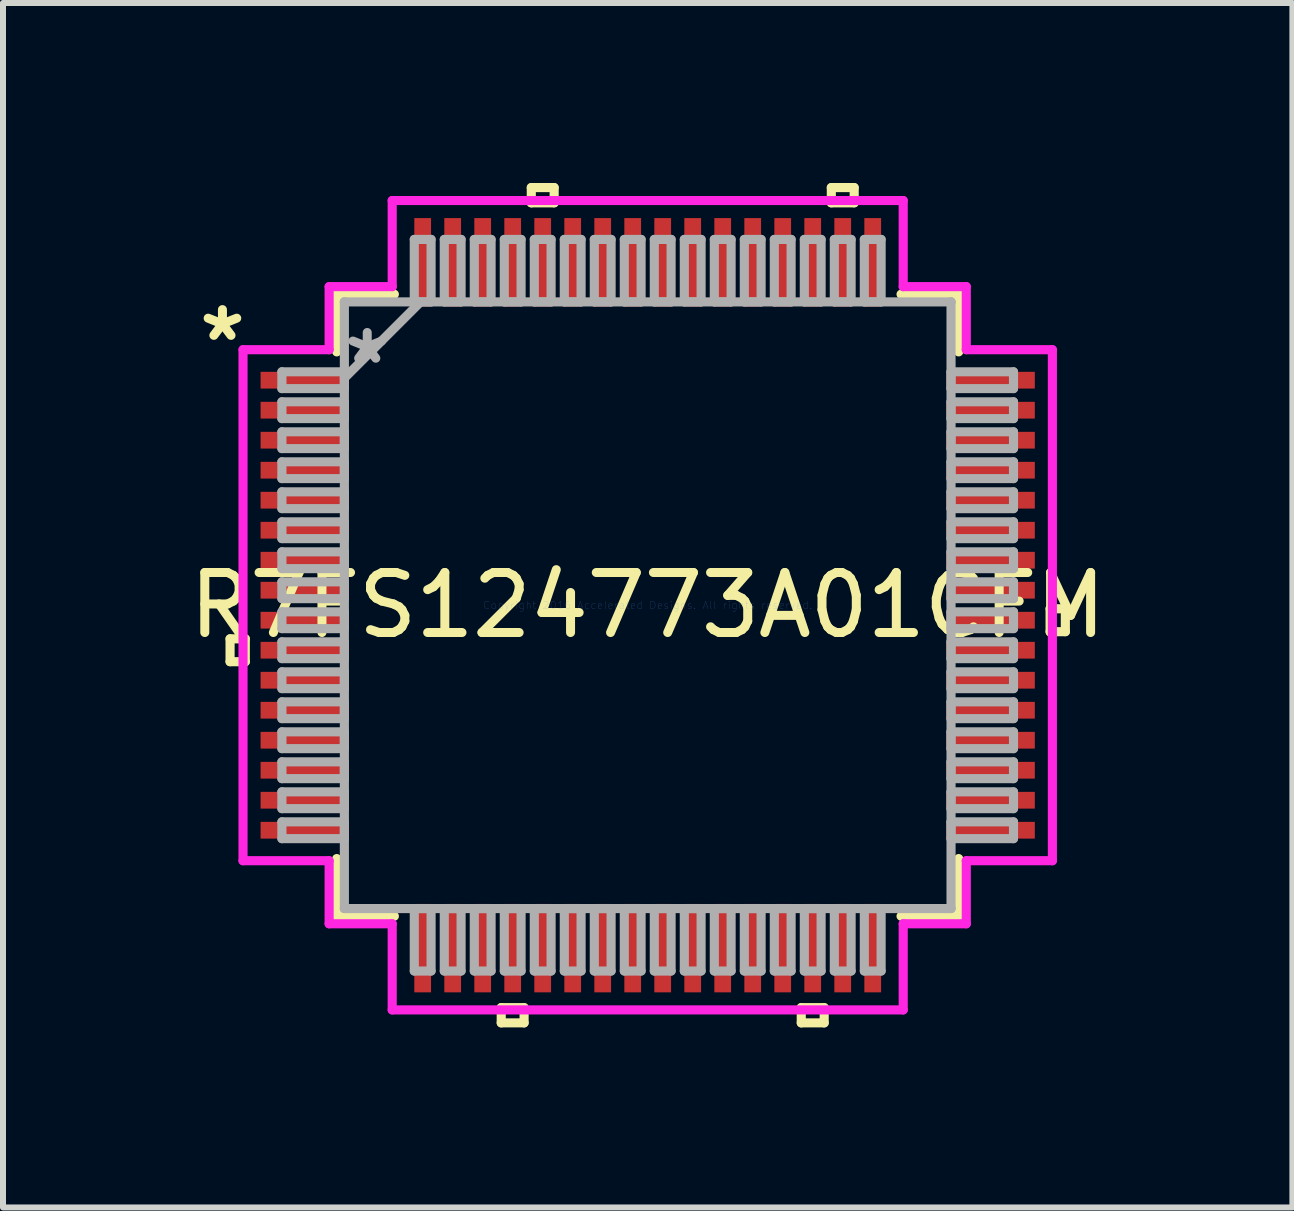
<source format=kicad_pcb>
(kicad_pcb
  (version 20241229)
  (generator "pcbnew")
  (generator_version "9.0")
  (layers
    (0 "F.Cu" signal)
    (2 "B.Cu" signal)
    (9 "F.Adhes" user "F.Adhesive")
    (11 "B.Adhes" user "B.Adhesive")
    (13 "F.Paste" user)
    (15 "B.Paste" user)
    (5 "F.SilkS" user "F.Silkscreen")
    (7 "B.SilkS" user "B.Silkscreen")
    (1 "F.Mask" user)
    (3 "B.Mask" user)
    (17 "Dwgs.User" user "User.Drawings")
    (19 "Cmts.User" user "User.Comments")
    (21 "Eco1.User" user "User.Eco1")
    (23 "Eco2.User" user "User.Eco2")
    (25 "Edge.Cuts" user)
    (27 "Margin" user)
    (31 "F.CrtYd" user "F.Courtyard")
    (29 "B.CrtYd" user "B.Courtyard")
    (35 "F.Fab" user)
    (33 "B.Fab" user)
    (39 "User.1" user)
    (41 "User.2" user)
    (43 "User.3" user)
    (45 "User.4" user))
  (footprint "R7FS124773A01CFM"
    (layer "F.Cu")
    (at 7.744 7.036)
    (property "Reference" "R7FS124773A01CFM" (at 0 0 0) (layer "F.SilkS") (effects (font (size 1 1) (thickness 0.15))))
    (attr through_hole)
    (fp_line (start -6.96 0.56) (end -6.96 0.941) (stroke (width 0.152) (type solid)) (layer "F.SilkS"))
    (fp_line (start -6.96 0.941) (end -6.706 0.941) (stroke (width 0.152) (type solid)) (layer "F.SilkS"))
    (fp_line (start -6.706 0.56) (end -6.96 0.56) (stroke (width 0.152) (type solid)) (layer "F.SilkS"))
    (fp_line (start -6.706 0.941) (end -6.706 0.56) (stroke (width 0.152) (type solid)) (layer "F.SilkS"))
    (fp_line (start -5.182 -5.182) (end -5.182 -4.222) (stroke (width 0.152) (type solid)) (layer "F.SilkS"))
    (fp_line (start -5.182 4.222) (end -5.182 5.182) (stroke (width 0.152) (type solid)) (layer "F.SilkS"))
    (fp_line (start -5.182 5.182) (end -4.222 5.182) (stroke (width 0.152) (type solid)) (layer "F.SilkS"))
    (fp_line (start -4.222 -5.182) (end -5.182 -5.182) (stroke (width 0.152) (type solid)) (layer "F.SilkS"))
    (fp_line (start -2.441 6.706) (end -2.441 6.96) (stroke (width 0.152) (type solid)) (layer "F.SilkS"))
    (fp_line (start -2.441 6.96) (end -2.06 6.96) (stroke (width 0.152) (type solid)) (layer "F.SilkS"))
    (fp_line (start -2.06 6.706) (end -2.441 6.706) (stroke (width 0.152) (type solid)) (layer "F.SilkS"))
    (fp_line (start -2.06 6.96) (end -2.06 6.706) (stroke (width 0.152) (type solid)) (layer "F.SilkS"))
    (fp_line (start -1.94 -6.96) (end -1.559 -6.96) (stroke (width 0.152) (type solid)) (layer "F.SilkS"))
    (fp_line (start -1.94 -6.706) (end -1.94 -6.96) (stroke (width 0.152) (type solid)) (layer "F.SilkS"))
    (fp_line (start -1.559 -6.96) (end -1.559 -6.706) (stroke (width 0.152) (type solid)) (layer "F.SilkS"))
    (fp_line (start -1.559 -6.706) (end -1.94 -6.706) (stroke (width 0.152) (type solid)) (layer "F.SilkS"))
    (fp_line (start 2.559 6.706) (end 2.559 6.96) (stroke (width 0.152) (type solid)) (layer "F.SilkS"))
    (fp_line (start 2.559 6.96) (end 2.941 6.96) (stroke (width 0.152) (type solid)) (layer "F.SilkS"))
    (fp_line (start 2.941 6.706) (end 2.559 6.706) (stroke (width 0.152) (type solid)) (layer "F.SilkS"))
    (fp_line (start 2.941 6.96) (end 2.941 6.706) (stroke (width 0.152) (type solid)) (layer "F.SilkS"))
    (fp_line (start 3.06 -6.96) (end 3.441 -6.96) (stroke (width 0.152) (type solid)) (layer "F.SilkS"))
    (fp_line (start 3.06 -6.706) (end 3.06 -6.96) (stroke (width 0.152) (type solid)) (layer "F.SilkS"))
    (fp_line (start 3.441 -6.96) (end 3.441 -6.706) (stroke (width 0.152) (type solid)) (layer "F.SilkS"))
    (fp_line (start 3.441 -6.706) (end 3.06 -6.706) (stroke (width 0.152) (type solid)) (layer "F.SilkS"))
    (fp_line (start 4.222 5.182) (end 5.182 5.182) (stroke (width 0.152) (type solid)) (layer "F.SilkS"))
    (fp_line (start 5.182 -5.182) (end 4.222 -5.182) (stroke (width 0.152) (type solid)) (layer "F.SilkS"))
    (fp_line (start 5.182 -4.222) (end 5.182 -5.182) (stroke (width 0.152) (type solid)) (layer "F.SilkS"))
    (fp_line (start 5.182 5.182) (end 5.182 4.222) (stroke (width 0.152) (type solid)) (layer "F.SilkS"))
    (fp_line (start 6.706 0.059) (end 6.96 0.059) (stroke (width 0.152) (type solid)) (layer "F.SilkS"))
    (fp_line (start 6.706 0.441) (end 6.706 0.059) (stroke (width 0.152) (type solid)) (layer "F.SilkS"))
    (fp_line (start 6.96 0.059) (end 6.96 0.441) (stroke (width 0.152) (type solid)) (layer "F.SilkS"))
    (fp_line (start 6.96 0.441) (end 6.706 0.441) (stroke (width 0.152) (type solid)) (layer "F.SilkS"))
    (fp_line (start -6.744 -4.258) (end -5.309 -4.258) (stroke (width 0.152) (type solid)) (layer "F.CrtYd"))
    (fp_line (start -6.744 4.258) (end -6.744 -4.258) (stroke (width 0.152) (type solid)) (layer "F.CrtYd"))
    (fp_line (start -5.309 -5.309) (end -4.258 -5.309) (stroke (width 0.152) (type solid)) (layer "F.CrtYd"))
    (fp_line (start -5.309 -4.258) (end -5.309 -5.309) (stroke (width 0.152) (type solid)) (layer "F.CrtYd"))
    (fp_line (start -5.309 4.258) (end -6.744 4.258) (stroke (width 0.152) (type solid)) (layer "F.CrtYd"))
    (fp_line (start -5.309 5.309) (end -5.309 4.258) (stroke (width 0.152) (type solid)) (layer "F.CrtYd"))
    (fp_line (start -4.258 -6.744) (end 4.258 -6.744) (stroke (width 0.152) (type solid)) (layer "F.CrtYd"))
    (fp_line (start -4.258 -5.309) (end -4.258 -6.744) (stroke (width 0.152) (type solid)) (layer "F.CrtYd"))
    (fp_line (start -4.258 5.309) (end -5.309 5.309) (stroke (width 0.152) (type solid)) (layer "F.CrtYd"))
    (fp_line (start -4.258 6.744) (end -4.258 5.309) (stroke (width 0.152) (type solid)) (layer "F.CrtYd"))
    (fp_line (start 4.258 -6.744) (end 4.258 -5.309) (stroke (width 0.152) (type solid)) (layer "F.CrtYd"))
    (fp_line (start 4.258 -5.309) (end 5.309 -5.309) (stroke (width 0.152) (type solid)) (layer "F.CrtYd"))
    (fp_line (start 4.258 5.309) (end 4.258 6.744) (stroke (width 0.152) (type solid)) (layer "F.CrtYd"))
    (fp_line (start 4.258 6.744) (end -4.258 6.744) (stroke (width 0.152) (type solid)) (layer "F.CrtYd"))
    (fp_line (start 5.309 -5.309) (end 5.309 -4.258) (stroke (width 0.152) (type solid)) (layer "F.CrtYd"))
    (fp_line (start 5.309 -4.258) (end 6.744 -4.258) (stroke (width 0.152) (type solid)) (layer "F.CrtYd"))
    (fp_line (start 5.309 4.258) (end 5.309 5.309) (stroke (width 0.152) (type solid)) (layer "F.CrtYd"))
    (fp_line (start 5.309 5.309) (end 4.258 5.309) (stroke (width 0.152) (type solid)) (layer "F.CrtYd"))
    (fp_line (start 6.744 -4.258) (end 6.744 4.258) (stroke (width 0.152) (type solid)) (layer "F.CrtYd"))
    (fp_line (start 6.744 4.258) (end 5.309 4.258) (stroke (width 0.152) (type solid)) (layer "F.CrtYd"))
    (fp_line (start -6.096 -3.89) (end -6.096 -3.61) (stroke (width 0.152) (type solid)) (layer "F.Fab"))
    (fp_line (start -6.096 -3.61) (end -5.055 -3.61) (stroke (width 0.152) (type solid)) (layer "F.Fab"))
    (fp_line (start -6.096 -3.39) (end -6.096 -3.11) (stroke (width 0.152) (type solid)) (layer "F.Fab"))
    (fp_line (start -6.096 -3.11) (end -5.055 -3.11) (stroke (width 0.152) (type solid)) (layer "F.Fab"))
    (fp_line (start -6.096 -2.89) (end -6.096 -2.61) (stroke (width 0.152) (type solid)) (layer "F.Fab"))
    (fp_line (start -6.096 -2.61) (end -5.055 -2.61) (stroke (width 0.152) (type solid)) (layer "F.Fab"))
    (fp_line (start -6.096 -2.39) (end -6.096 -2.11) (stroke (width 0.152) (type solid)) (layer "F.Fab"))
    (fp_line (start -6.096 -2.11) (end -5.055 -2.11) (stroke (width 0.152) (type solid)) (layer "F.Fab"))
    (fp_line (start -6.096 -1.89) (end -6.096 -1.61) (stroke (width 0.152) (type solid)) (layer "F.Fab"))
    (fp_line (start -6.096 -1.61) (end -5.055 -1.61) (stroke (width 0.152) (type solid)) (layer "F.Fab"))
    (fp_line (start -6.096 -1.39) (end -6.096 -1.11) (stroke (width 0.152) (type solid)) (layer "F.Fab"))
    (fp_line (start -6.096 -1.11) (end -5.055 -1.11) (stroke (width 0.152) (type solid)) (layer "F.Fab"))
    (fp_line (start -6.096 -0.89) (end -6.096 -0.61) (stroke (width 0.152) (type solid)) (layer "F.Fab"))
    (fp_line (start -6.096 -0.61) (end -5.055 -0.61) (stroke (width 0.152) (type solid)) (layer "F.Fab"))
    (fp_line (start -6.096 -0.39) (end -6.096 -0.11) (stroke (width 0.152) (type solid)) (layer "F.Fab"))
    (fp_line (start -6.096 -0.11) (end -5.055 -0.11) (stroke (width 0.152) (type solid)) (layer "F.Fab"))
    (fp_line (start -6.096 0.11) (end -6.096 0.39) (stroke (width 0.152) (type solid)) (layer "F.Fab"))
    (fp_line (start -6.096 0.39) (end -5.055 0.39) (stroke (width 0.152) (type solid)) (layer "F.Fab"))
    (fp_line (start -6.096 0.61) (end -6.096 0.89) (stroke (width 0.152) (type solid)) (layer "F.Fab"))
    (fp_line (start -6.096 0.89) (end -5.055 0.89) (stroke (width 0.152) (type solid)) (layer "F.Fab"))
    (fp_line (start -6.096 1.11) (end -6.096 1.39) (stroke (width 0.152) (type solid)) (layer "F.Fab"))
    (fp_line (start -6.096 1.39) (end -5.055 1.39) (stroke (width 0.152) (type solid)) (layer "F.Fab"))
    (fp_line (start -6.096 1.61) (end -6.096 1.89) (stroke (width 0.152) (type solid)) (layer "F.Fab"))
    (fp_line (start -6.096 1.89) (end -5.055 1.89) (stroke (width 0.152) (type solid)) (layer "F.Fab"))
    (fp_line (start -6.096 2.11) (end -6.096 2.39) (stroke (width 0.152) (type solid)) (layer "F.Fab"))
    (fp_line (start -6.096 2.39) (end -5.055 2.39) (stroke (width 0.152) (type solid)) (layer "F.Fab"))
    (fp_line (start -6.096 2.61) (end -6.096 2.89) (stroke (width 0.152) (type solid)) (layer "F.Fab"))
    (fp_line (start -6.096 2.89) (end -5.055 2.89) (stroke (width 0.152) (type solid)) (layer "F.Fab"))
    (fp_line (start -6.096 3.11) (end -6.096 3.39) (stroke (width 0.152) (type solid)) (layer "F.Fab"))
    (fp_line (start -6.096 3.39) (end -5.055 3.39) (stroke (width 0.152) (type solid)) (layer "F.Fab"))
    (fp_line (start -6.096 3.61) (end -6.096 3.89) (stroke (width 0.152) (type solid)) (layer "F.Fab"))
    (fp_line (start -6.096 3.89) (end -5.055 3.89) (stroke (width 0.152) (type solid)) (layer "F.Fab"))
    (fp_line (start -5.055 -5.055) (end -5.055 -5.055) (stroke (width 0.152) (type solid)) (layer "F.Fab"))
    (fp_line (start -5.055 -5.055) (end -5.055 5.055) (stroke (width 0.152) (type solid)) (layer "F.Fab"))
    (fp_line (start -5.055 -3.89) (end -6.096 -3.89) (stroke (width 0.152) (type solid)) (layer "F.Fab"))
    (fp_line (start -5.055 -3.785) (end -3.785 -5.055) (stroke (width 0.152) (type solid)) (layer "F.Fab"))
    (fp_line (start -5.055 -3.61) (end -5.055 -3.89) (stroke (width 0.152) (type solid)) (layer "F.Fab"))
    (fp_line (start -5.055 -3.39) (end -6.096 -3.39) (stroke (width 0.152) (type solid)) (layer "F.Fab"))
    (fp_line (start -5.055 -3.11) (end -5.055 -3.39) (stroke (width 0.152) (type solid)) (layer "F.Fab"))
    (fp_line (start -5.055 -2.89) (end -6.096 -2.89) (stroke (width 0.152) (type solid)) (layer "F.Fab"))
    (fp_line (start -5.055 -2.61) (end -5.055 -2.89) (stroke (width 0.152) (type solid)) (layer "F.Fab"))
    (fp_line (start -5.055 -2.39) (end -6.096 -2.39) (stroke (width 0.152) (type solid)) (layer "F.Fab"))
    (fp_line (start -5.055 -2.11) (end -5.055 -2.39) (stroke (width 0.152) (type solid)) (layer "F.Fab"))
    (fp_line (start -5.055 -1.89) (end -6.096 -1.89) (stroke (width 0.152) (type solid)) (layer "F.Fab"))
    (fp_line (start -5.055 -1.61) (end -5.055 -1.89) (stroke (width 0.152) (type solid)) (layer "F.Fab"))
    (fp_line (start -5.055 -1.39) (end -6.096 -1.39) (stroke (width 0.152) (type solid)) (layer "F.Fab"))
    (fp_line (start -5.055 -1.11) (end -5.055 -1.39) (stroke (width 0.152) (type solid)) (layer "F.Fab"))
    (fp_line (start -5.055 -0.89) (end -6.096 -0.89) (stroke (width 0.152) (type solid)) (layer "F.Fab"))
    (fp_line (start -5.055 -0.61) (end -5.055 -0.89) (stroke (width 0.152) (type solid)) (layer "F.Fab"))
    (fp_line (start -5.055 -0.39) (end -6.096 -0.39) (stroke (width 0.152) (type solid)) (layer "F.Fab"))
    (fp_line (start -5.055 -0.11) (end -5.055 -0.39) (stroke (width 0.152) (type solid)) (layer "F.Fab"))
    (fp_line (start -5.055 0.11) (end -6.096 0.11) (stroke (width 0.152) (type solid)) (layer "F.Fab"))
    (fp_line (start -5.055 0.39) (end -5.055 0.11) (stroke (width 0.152) (type solid)) (layer "F.Fab"))
    (fp_line (start -5.055 0.61) (end -6.096 0.61) (stroke (width 0.152) (type solid)) (layer "F.Fab"))
    (fp_line (start -5.055 0.89) (end -5.055 0.61) (stroke (width 0.152) (type solid)) (layer "F.Fab"))
    (fp_line (start -5.055 1.11) (end -6.096 1.11) (stroke (width 0.152) (type solid)) (layer "F.Fab"))
    (fp_line (start -5.055 1.39) (end -5.055 1.11) (stroke (width 0.152) (type solid)) (layer "F.Fab"))
    (fp_line (start -5.055 1.61) (end -6.096 1.61) (stroke (width 0.152) (type solid)) (layer "F.Fab"))
    (fp_line (start -5.055 1.89) (end -5.055 1.61) (stroke (width 0.152) (type solid)) (layer "F.Fab"))
    (fp_line (start -5.055 2.11) (end -6.096 2.11) (stroke (width 0.152) (type solid)) (layer "F.Fab"))
    (fp_line (start -5.055 2.39) (end -5.055 2.11) (stroke (width 0.152) (type solid)) (layer "F.Fab"))
    (fp_line (start -5.055 2.61) (end -6.096 2.61) (stroke (width 0.152) (type solid)) (layer "F.Fab"))
    (fp_line (start -5.055 2.89) (end -5.055 2.61) (stroke (width 0.152) (type solid)) (layer "F.Fab"))
    (fp_line (start -5.055 3.11) (end -6.096 3.11) (stroke (width 0.152) (type solid)) (layer "F.Fab"))
    (fp_line (start -5.055 3.39) (end -5.055 3.11) (stroke (width 0.152) (type solid)) (layer "F.Fab"))
    (fp_line (start -5.055 3.61) (end -6.096 3.61) (stroke (width 0.152) (type solid)) (layer "F.Fab"))
    (fp_line (start -5.055 3.89) (end -5.055 3.61) (stroke (width 0.152) (type solid)) (layer "F.Fab"))
    (fp_line (start -5.055 5.055) (end -5.055 5.055) (stroke (width 0.152) (type solid)) (layer "F.Fab"))
    (fp_line (start -5.055 5.055) (end 5.055 5.055) (stroke (width 0.152) (type solid)) (layer "F.Fab"))
    (fp_line (start -3.89 -6.096) (end -3.89 -5.055) (stroke (width 0.152) (type solid)) (layer "F.Fab"))
    (fp_line (start -3.89 -5.055) (end -3.61 -5.055) (stroke (width 0.152) (type solid)) (layer "F.Fab"))
    (fp_line (start -3.89 5.055) (end -3.89 6.096) (stroke (width 0.152) (type solid)) (layer "F.Fab"))
    (fp_line (start -3.89 6.096) (end -3.61 6.096) (stroke (width 0.152) (type solid)) (layer "F.Fab"))
    (fp_line (start -3.61 -6.096) (end -3.89 -6.096) (stroke (width 0.152) (type solid)) (layer "F.Fab"))
    (fp_line (start -3.61 -5.055) (end -3.61 -6.096) (stroke (width 0.152) (type solid)) (layer "F.Fab"))
    (fp_line (start -3.61 5.055) (end -3.89 5.055) (stroke (width 0.152) (type solid)) (layer "F.Fab"))
    (fp_line (start -3.61 6.096) (end -3.61 5.055) (stroke (width 0.152) (type solid)) (layer "F.Fab"))
    (fp_line (start -3.39 -6.096) (end -3.39 -5.055) (stroke (width 0.152) (type solid)) (layer "F.Fab"))
    (fp_line (start -3.39 -5.055) (end -3.11 -5.055) (stroke (width 0.152) (type solid)) (layer "F.Fab"))
    (fp_line (start -3.39 5.055) (end -3.39 6.096) (stroke (width 0.152) (type solid)) (layer "F.Fab"))
    (fp_line (start -3.39 6.096) (end -3.11 6.096) (stroke (width 0.152) (type solid)) (layer "F.Fab"))
    (fp_line (start -3.11 -6.096) (end -3.39 -6.096) (stroke (width 0.152) (type solid)) (layer "F.Fab"))
    (fp_line (start -3.11 -5.055) (end -3.11 -6.096) (stroke (width 0.152) (type solid)) (layer "F.Fab"))
    (fp_line (start -3.11 5.055) (end -3.39 5.055) (stroke (width 0.152) (type solid)) (layer "F.Fab"))
    (fp_line (start -3.11 6.096) (end -3.11 5.055) (stroke (width 0.152) (type solid)) (layer "F.Fab"))
    (fp_line (start -2.89 -6.096) (end -2.89 -5.055) (stroke (width 0.152) (type solid)) (layer "F.Fab"))
    (fp_line (start -2.89 -5.055) (end -2.61 -5.055) (stroke (width 0.152) (type solid)) (layer "F.Fab"))
    (fp_line (start -2.89 5.055) (end -2.89 6.096) (stroke (width 0.152) (type solid)) (layer "F.Fab"))
    (fp_line (start -2.89 6.096) (end -2.61 6.096) (stroke (width 0.152) (type solid)) (layer "F.Fab"))
    (fp_line (start -2.61 -6.096) (end -2.89 -6.096) (stroke (width 0.152) (type solid)) (layer "F.Fab"))
    (fp_line (start -2.61 -5.055) (end -2.61 -6.096) (stroke (width 0.152) (type solid)) (layer "F.Fab"))
    (fp_line (start -2.61 5.055) (end -2.89 5.055) (stroke (width 0.152) (type solid)) (layer "F.Fab"))
    (fp_line (start -2.61 6.096) (end -2.61 5.055) (stroke (width 0.152) (type solid)) (layer "F.Fab"))
    (fp_line (start -2.39 -6.096) (end -2.39 -5.055) (stroke (width 0.152) (type solid)) (layer "F.Fab"))
    (fp_line (start -2.39 -5.055) (end -2.11 -5.055) (stroke (width 0.152) (type solid)) (layer "F.Fab"))
    (fp_line (start -2.39 5.055) (end -2.39 6.096) (stroke (width 0.152) (type solid)) (layer "F.Fab"))
    (fp_line (start -2.39 6.096) (end -2.11 6.096) (stroke (width 0.152) (type solid)) (layer "F.Fab"))
    (fp_line (start -2.11 -6.096) (end -2.39 -6.096) (stroke (width 0.152) (type solid)) (layer "F.Fab"))
    (fp_line (start -2.11 -5.055) (end -2.11 -6.096) (stroke (width 0.152) (type solid)) (layer "F.Fab"))
    (fp_line (start -2.11 5.055) (end -2.39 5.055) (stroke (width 0.152) (type solid)) (layer "F.Fab"))
    (fp_line (start -2.11 6.096) (end -2.11 5.055) (stroke (width 0.152) (type solid)) (layer "F.Fab"))
    (fp_line (start -1.89 -6.096) (end -1.89 -5.055) (stroke (width 0.152) (type solid)) (layer "F.Fab"))
    (fp_line (start -1.89 -5.055) (end -1.61 -5.055) (stroke (width 0.152) (type solid)) (layer "F.Fab"))
    (fp_line (start -1.89 5.055) (end -1.89 6.096) (stroke (width 0.152) (type solid)) (layer "F.Fab"))
    (fp_line (start -1.89 6.096) (end -1.61 6.096) (stroke (width 0.152) (type solid)) (layer "F.Fab"))
    (fp_line (start -1.61 -6.096) (end -1.89 -6.096) (stroke (width 0.152) (type solid)) (layer "F.Fab"))
    (fp_line (start -1.61 -5.055) (end -1.61 -6.096) (stroke (width 0.152) (type solid)) (layer "F.Fab"))
    (fp_line (start -1.61 5.055) (end -1.89 5.055) (stroke (width 0.152) (type solid)) (layer "F.Fab"))
    (fp_line (start -1.61 6.096) (end -1.61 5.055) (stroke (width 0.152) (type solid)) (layer "F.Fab"))
    (fp_line (start -1.39 -6.096) (end -1.39 -5.055) (stroke (width 0.152) (type solid)) (layer "F.Fab"))
    (fp_line (start -1.39 -5.055) (end -1.11 -5.055) (stroke (width 0.152) (type solid)) (layer "F.Fab"))
    (fp_line (start -1.39 5.055) (end -1.39 6.096) (stroke (width 0.152) (type solid)) (layer "F.Fab"))
    (fp_line (start -1.39 6.096) (end -1.11 6.096) (stroke (width 0.152) (type solid)) (layer "F.Fab"))
    (fp_line (start -1.11 -6.096) (end -1.39 -6.096) (stroke (width 0.152) (type solid)) (layer "F.Fab"))
    (fp_line (start -1.11 -5.055) (end -1.11 -6.096) (stroke (width 0.152) (type solid)) (layer "F.Fab"))
    (fp_line (start -1.11 5.055) (end -1.39 5.055) (stroke (width 0.152) (type solid)) (layer "F.Fab"))
    (fp_line (start -1.11 6.096) (end -1.11 5.055) (stroke (width 0.152) (type solid)) (layer "F.Fab"))
    (fp_line (start -0.89 -6.096) (end -0.89 -5.055) (stroke (width 0.152) (type solid)) (layer "F.Fab"))
    (fp_line (start -0.89 -5.055) (end -0.61 -5.055) (stroke (width 0.152) (type solid)) (layer "F.Fab"))
    (fp_line (start -0.89 5.055) (end -0.89 6.096) (stroke (width 0.152) (type solid)) (layer "F.Fab"))
    (fp_line (start -0.89 6.096) (end -0.61 6.096) (stroke (width 0.152) (type solid)) (layer "F.Fab"))
    (fp_line (start -0.61 -6.096) (end -0.89 -6.096) (stroke (width 0.152) (type solid)) (layer "F.Fab"))
    (fp_line (start -0.61 -5.055) (end -0.61 -6.096) (stroke (width 0.152) (type solid)) (layer "F.Fab"))
    (fp_line (start -0.61 5.055) (end -0.89 5.055) (stroke (width 0.152) (type solid)) (layer "F.Fab"))
    (fp_line (start -0.61 6.096) (end -0.61 5.055) (stroke (width 0.152) (type solid)) (layer "F.Fab"))
    (fp_line (start -0.39 -6.096) (end -0.39 -5.055) (stroke (width 0.152) (type solid)) (layer "F.Fab"))
    (fp_line (start -0.39 -5.055) (end -0.11 -5.055) (stroke (width 0.152) (type solid)) (layer "F.Fab"))
    (fp_line (start -0.39 5.055) (end -0.39 6.096) (stroke (width 0.152) (type solid)) (layer "F.Fab"))
    (fp_line (start -0.39 6.096) (end -0.11 6.096) (stroke (width 0.152) (type solid)) (layer "F.Fab"))
    (fp_line (start -0.11 -6.096) (end -0.39 -6.096) (stroke (width 0.152) (type solid)) (layer "F.Fab"))
    (fp_line (start -0.11 -5.055) (end -0.11 -6.096) (stroke (width 0.152) (type solid)) (layer "F.Fab"))
    (fp_line (start -0.11 5.055) (end -0.39 5.055) (stroke (width 0.152) (type solid)) (layer "F.Fab"))
    (fp_line (start -0.11 6.096) (end -0.11 5.055) (stroke (width 0.152) (type solid)) (layer "F.Fab"))
    (fp_line (start 0.11 -6.096) (end 0.11 -5.055) (stroke (width 0.152) (type solid)) (layer "F.Fab"))
    (fp_line (start 0.11 -5.055) (end 0.39 -5.055) (stroke (width 0.152) (type solid)) (layer "F.Fab"))
    (fp_line (start 0.11 5.055) (end 0.11 6.096) (stroke (width 0.152) (type solid)) (layer "F.Fab"))
    (fp_line (start 0.11 6.096) (end 0.39 6.096) (stroke (width 0.152) (type solid)) (layer "F.Fab"))
    (fp_line (start 0.39 -6.096) (end 0.11 -6.096) (stroke (width 0.152) (type solid)) (layer "F.Fab"))
    (fp_line (start 0.39 -5.055) (end 0.39 -6.096) (stroke (width 0.152) (type solid)) (layer "F.Fab"))
    (fp_line (start 0.39 5.055) (end 0.11 5.055) (stroke (width 0.152) (type solid)) (layer "F.Fab"))
    (fp_line (start 0.39 6.096) (end 0.39 5.055) (stroke (width 0.152) (type solid)) (layer "F.Fab"))
    (fp_line (start 0.61 -6.096) (end 0.61 -5.055) (stroke (width 0.152) (type solid)) (layer "F.Fab"))
    (fp_line (start 0.61 -5.055) (end 0.89 -5.055) (stroke (width 0.152) (type solid)) (layer "F.Fab"))
    (fp_line (start 0.61 5.055) (end 0.61 6.096) (stroke (width 0.152) (type solid)) (layer "F.Fab"))
    (fp_line (start 0.61 6.096) (end 0.89 6.096) (stroke (width 0.152) (type solid)) (layer "F.Fab"))
    (fp_line (start 0.89 -6.096) (end 0.61 -6.096) (stroke (width 0.152) (type solid)) (layer "F.Fab"))
    (fp_line (start 0.89 -5.055) (end 0.89 -6.096) (stroke (width 0.152) (type solid)) (layer "F.Fab"))
    (fp_line (start 0.89 5.055) (end 0.61 5.055) (stroke (width 0.152) (type solid)) (layer "F.Fab"))
    (fp_line (start 0.89 6.096) (end 0.89 5.055) (stroke (width 0.152) (type solid)) (layer "F.Fab"))
    (fp_line (start 1.11 -6.096) (end 1.11 -5.055) (stroke (width 0.152) (type solid)) (layer "F.Fab"))
    (fp_line (start 1.11 -5.055) (end 1.39 -5.055) (stroke (width 0.152) (type solid)) (layer "F.Fab"))
    (fp_line (start 1.11 5.055) (end 1.11 6.096) (stroke (width 0.152) (type solid)) (layer "F.Fab"))
    (fp_line (start 1.11 6.096) (end 1.39 6.096) (stroke (width 0.152) (type solid)) (layer "F.Fab"))
    (fp_line (start 1.39 -6.096) (end 1.11 -6.096) (stroke (width 0.152) (type solid)) (layer "F.Fab"))
    (fp_line (start 1.39 -5.055) (end 1.39 -6.096) (stroke (width 0.152) (type solid)) (layer "F.Fab"))
    (fp_line (start 1.39 5.055) (end 1.11 5.055) (stroke (width 0.152) (type solid)) (layer "F.Fab"))
    (fp_line (start 1.39 6.096) (end 1.39 5.055) (stroke (width 0.152) (type solid)) (layer "F.Fab"))
    (fp_line (start 1.61 -6.096) (end 1.61 -5.055) (stroke (width 0.152) (type solid)) (layer "F.Fab"))
    (fp_line (start 1.61 -5.055) (end 1.89 -5.055) (stroke (width 0.152) (type solid)) (layer "F.Fab"))
    (fp_line (start 1.61 5.055) (end 1.61 6.096) (stroke (width 0.152) (type solid)) (layer "F.Fab"))
    (fp_line (start 1.61 6.096) (end 1.89 6.096) (stroke (width 0.152) (type solid)) (layer "F.Fab"))
    (fp_line (start 1.89 -6.096) (end 1.61 -6.096) (stroke (width 0.152) (type solid)) (layer "F.Fab"))
    (fp_line (start 1.89 -5.055) (end 1.89 -6.096) (stroke (width 0.152) (type solid)) (layer "F.Fab"))
    (fp_line (start 1.89 5.055) (end 1.61 5.055) (stroke (width 0.152) (type solid)) (layer "F.Fab"))
    (fp_line (start 1.89 6.096) (end 1.89 5.055) (stroke (width 0.152) (type solid)) (layer "F.Fab"))
    (fp_line (start 2.11 -6.096) (end 2.11 -5.055) (stroke (width 0.152) (type solid)) (layer "F.Fab"))
    (fp_line (start 2.11 -5.055) (end 2.39 -5.055) (stroke (width 0.152) (type solid)) (layer "F.Fab"))
    (fp_line (start 2.11 5.055) (end 2.11 6.096) (stroke (width 0.152) (type solid)) (layer "F.Fab"))
    (fp_line (start 2.11 6.096) (end 2.39 6.096) (stroke (width 0.152) (type solid)) (layer "F.Fab"))
    (fp_line (start 2.39 -6.096) (end 2.11 -6.096) (stroke (width 0.152) (type solid)) (layer "F.Fab"))
    (fp_line (start 2.39 -5.055) (end 2.39 -6.096) (stroke (width 0.152) (type solid)) (layer "F.Fab"))
    (fp_line (start 2.39 5.055) (end 2.11 5.055) (stroke (width 0.152) (type solid)) (layer "F.Fab"))
    (fp_line (start 2.39 6.096) (end 2.39 5.055) (stroke (width 0.152) (type solid)) (layer "F.Fab"))
    (fp_line (start 2.61 -6.096) (end 2.61 -5.055) (stroke (width 0.152) (type solid)) (layer "F.Fab"))
    (fp_line (start 2.61 -5.055) (end 2.89 -5.055) (stroke (width 0.152) (type solid)) (layer "F.Fab"))
    (fp_line (start 2.61 5.055) (end 2.61 6.096) (stroke (width 0.152) (type solid)) (layer "F.Fab"))
    (fp_line (start 2.61 6.096) (end 2.89 6.096) (stroke (width 0.152) (type solid)) (layer "F.Fab"))
    (fp_line (start 2.89 -6.096) (end 2.61 -6.096) (stroke (width 0.152) (type solid)) (layer "F.Fab"))
    (fp_line (start 2.89 -5.055) (end 2.89 -6.096) (stroke (width 0.152) (type solid)) (layer "F.Fab"))
    (fp_line (start 2.89 5.055) (end 2.61 5.055) (stroke (width 0.152) (type solid)) (layer "F.Fab"))
    (fp_line (start 2.89 6.096) (end 2.89 5.055) (stroke (width 0.152) (type solid)) (layer "F.Fab"))
    (fp_line (start 3.11 -6.096) (end 3.11 -5.055) (stroke (width 0.152) (type solid)) (layer "F.Fab"))
    (fp_line (start 3.11 -5.055) (end 3.39 -5.055) (stroke (width 0.152) (type solid)) (layer "F.Fab"))
    (fp_line (start 3.11 5.055) (end 3.11 6.096) (stroke (width 0.152) (type solid)) (layer "F.Fab"))
    (fp_line (start 3.11 6.096) (end 3.39 6.096) (stroke (width 0.152) (type solid)) (layer "F.Fab"))
    (fp_line (start 3.39 -6.096) (end 3.11 -6.096) (stroke (width 0.152) (type solid)) (layer "F.Fab"))
    (fp_line (start 3.39 -5.055) (end 3.39 -6.096) (stroke (width 0.152) (type solid)) (layer "F.Fab"))
    (fp_line (start 3.39 5.055) (end 3.11 5.055) (stroke (width 0.152) (type solid)) (layer "F.Fab"))
    (fp_line (start 3.39 6.096) (end 3.39 5.055) (stroke (width 0.152) (type solid)) (layer "F.Fab"))
    (fp_line (start 3.61 -6.096) (end 3.61 -5.055) (stroke (width 0.152) (type solid)) (layer "F.Fab"))
    (fp_line (start 3.61 -5.055) (end 3.89 -5.055) (stroke (width 0.152) (type solid)) (layer "F.Fab"))
    (fp_line (start 3.61 5.055) (end 3.61 6.096) (stroke (width 0.152) (type solid)) (layer "F.Fab"))
    (fp_line (start 3.61 6.096) (end 3.89 6.096) (stroke (width 0.152) (type solid)) (layer "F.Fab"))
    (fp_line (start 3.89 -6.096) (end 3.61 -6.096) (stroke (width 0.152) (type solid)) (layer "F.Fab"))
    (fp_line (start 3.89 -5.055) (end 3.89 -6.096) (stroke (width 0.152) (type solid)) (layer "F.Fab"))
    (fp_line (start 3.89 5.055) (end 3.61 5.055) (stroke (width 0.152) (type solid)) (layer "F.Fab"))
    (fp_line (start 3.89 6.096) (end 3.89 5.055) (stroke (width 0.152) (type solid)) (layer "F.Fab"))
    (fp_line (start 5.055 -5.055) (end -5.055 -5.055) (stroke (width 0.152) (type solid)) (layer "F.Fab"))
    (fp_line (start 5.055 -5.055) (end 5.055 -5.055) (stroke (width 0.152) (type solid)) (layer "F.Fab"))
    (fp_line (start 5.055 -3.89) (end 5.055 -3.61) (stroke (width 0.152) (type solid)) (layer "F.Fab"))
    (fp_line (start 5.055 -3.61) (end 6.096 -3.61) (stroke (width 0.152) (type solid)) (layer "F.Fab"))
    (fp_line (start 5.055 -3.39) (end 5.055 -3.11) (stroke (width 0.152) (type solid)) (layer "F.Fab"))
    (fp_line (start 5.055 -3.11) (end 6.096 -3.11) (stroke (width 0.152) (type solid)) (layer "F.Fab"))
    (fp_line (start 5.055 -2.89) (end 5.055 -2.61) (stroke (width 0.152) (type solid)) (layer "F.Fab"))
    (fp_line (start 5.055 -2.61) (end 6.096 -2.61) (stroke (width 0.152) (type solid)) (layer "F.Fab"))
    (fp_line (start 5.055 -2.39) (end 5.055 -2.11) (stroke (width 0.152) (type solid)) (layer "F.Fab"))
    (fp_line (start 5.055 -2.11) (end 6.096 -2.11) (stroke (width 0.152) (type solid)) (layer "F.Fab"))
    (fp_line (start 5.055 -1.89) (end 5.055 -1.61) (stroke (width 0.152) (type solid)) (layer "F.Fab"))
    (fp_line (start 5.055 -1.61) (end 6.096 -1.61) (stroke (width 0.152) (type solid)) (layer "F.Fab"))
    (fp_line (start 5.055 -1.39) (end 5.055 -1.11) (stroke (width 0.152) (type solid)) (layer "F.Fab"))
    (fp_line (start 5.055 -1.11) (end 6.096 -1.11) (stroke (width 0.152) (type solid)) (layer "F.Fab"))
    (fp_line (start 5.055 -0.89) (end 5.055 -0.61) (stroke (width 0.152) (type solid)) (layer "F.Fab"))
    (fp_line (start 5.055 -0.61) (end 6.096 -0.61) (stroke (width 0.152) (type solid)) (layer "F.Fab"))
    (fp_line (start 5.055 -0.39) (end 5.055 -0.11) (stroke (width 0.152) (type solid)) (layer "F.Fab"))
    (fp_line (start 5.055 -0.11) (end 6.096 -0.11) (stroke (width 0.152) (type solid)) (layer "F.Fab"))
    (fp_line (start 5.055 0.11) (end 5.055 0.39) (stroke (width 0.152) (type solid)) (layer "F.Fab"))
    (fp_line (start 5.055 0.39) (end 6.096 0.39) (stroke (width 0.152) (type solid)) (layer "F.Fab"))
    (fp_line (start 5.055 0.61) (end 5.055 0.89) (stroke (width 0.152) (type solid)) (layer "F.Fab"))
    (fp_line (start 5.055 0.89) (end 6.096 0.89) (stroke (width 0.152) (type solid)) (layer "F.Fab"))
    (fp_line (start 5.055 1.11) (end 5.055 1.39) (stroke (width 0.152) (type solid)) (layer "F.Fab"))
    (fp_line (start 5.055 1.39) (end 6.096 1.39) (stroke (width 0.152) (type solid)) (layer "F.Fab"))
    (fp_line (start 5.055 1.61) (end 5.055 1.89) (stroke (width 0.152) (type solid)) (layer "F.Fab"))
    (fp_line (start 5.055 1.89) (end 6.096 1.89) (stroke (width 0.152) (type solid)) (layer "F.Fab"))
    (fp_line (start 5.055 2.11) (end 5.055 2.39) (stroke (width 0.152) (type solid)) (layer "F.Fab"))
    (fp_line (start 5.055 2.39) (end 6.096 2.39) (stroke (width 0.152) (type solid)) (layer "F.Fab"))
    (fp_line (start 5.055 2.61) (end 5.055 2.89) (stroke (width 0.152) (type solid)) (layer "F.Fab"))
    (fp_line (start 5.055 2.89) (end 6.096 2.89) (stroke (width 0.152) (type solid)) (layer "F.Fab"))
    (fp_line (start 5.055 3.11) (end 5.055 3.39) (stroke (width 0.152) (type solid)) (layer "F.Fab"))
    (fp_line (start 5.055 3.39) (end 6.096 3.39) (stroke (width 0.152) (type solid)) (layer "F.Fab"))
    (fp_line (start 5.055 3.61) (end 5.055 3.89) (stroke (width 0.152) (type solid)) (layer "F.Fab"))
    (fp_line (start 5.055 3.89) (end 6.096 3.89) (stroke (width 0.152) (type solid)) (layer "F.Fab"))
    (fp_line (start 5.055 5.055) (end 5.055 -5.055) (stroke (width 0.152) (type solid)) (layer "F.Fab"))
    (fp_line (start 5.055 5.055) (end 5.055 5.055) (stroke (width 0.152) (type solid)) (layer "F.Fab"))
    (fp_line (start 6.096 -3.89) (end 5.055 -3.89) (stroke (width 0.152) (type solid)) (layer "F.Fab"))
    (fp_line (start 6.096 -3.61) (end 6.096 -3.89) (stroke (width 0.152) (type solid)) (layer "F.Fab"))
    (fp_line (start 6.096 -3.39) (end 5.055 -3.39) (stroke (width 0.152) (type solid)) (layer "F.Fab"))
    (fp_line (start 6.096 -3.11) (end 6.096 -3.39) (stroke (width 0.152) (type solid)) (layer "F.Fab"))
    (fp_line (start 6.096 -2.89) (end 5.055 -2.89) (stroke (width 0.152) (type solid)) (layer "F.Fab"))
    (fp_line (start 6.096 -2.61) (end 6.096 -2.89) (stroke (width 0.152) (type solid)) (layer "F.Fab"))
    (fp_line (start 6.096 -2.39) (end 5.055 -2.39) (stroke (width 0.152) (type solid)) (layer "F.Fab"))
    (fp_line (start 6.096 -2.11) (end 6.096 -2.39) (stroke (width 0.152) (type solid)) (layer "F.Fab"))
    (fp_line (start 6.096 -1.89) (end 5.055 -1.89) (stroke (width 0.152) (type solid)) (layer "F.Fab"))
    (fp_line (start 6.096 -1.61) (end 6.096 -1.89) (stroke (width 0.152) (type solid)) (layer "F.Fab"))
    (fp_line (start 6.096 -1.39) (end 5.055 -1.39) (stroke (width 0.152) (type solid)) (layer "F.Fab"))
    (fp_line (start 6.096 -1.11) (end 6.096 -1.39) (stroke (width 0.152) (type solid)) (layer "F.Fab"))
    (fp_line (start 6.096 -0.89) (end 5.055 -0.89) (stroke (width 0.152) (type solid)) (layer "F.Fab"))
    (fp_line (start 6.096 -0.61) (end 6.096 -0.89) (stroke (width 0.152) (type solid)) (layer "F.Fab"))
    (fp_line (start 6.096 -0.39) (end 5.055 -0.39) (stroke (width 0.152) (type solid)) (layer "F.Fab"))
    (fp_line (start 6.096 -0.11) (end 6.096 -0.39) (stroke (width 0.152) (type solid)) (layer "F.Fab"))
    (fp_line (start 6.096 0.11) (end 5.055 0.11) (stroke (width 0.152) (type solid)) (layer "F.Fab"))
    (fp_line (start 6.096 0.39) (end 6.096 0.11) (stroke (width 0.152) (type solid)) (layer "F.Fab"))
    (fp_line (start 6.096 0.61) (end 5.055 0.61) (stroke (width 0.152) (type solid)) (layer "F.Fab"))
    (fp_line (start 6.096 0.89) (end 6.096 0.61) (stroke (width 0.152) (type solid)) (layer "F.Fab"))
    (fp_line (start 6.096 1.11) (end 5.055 1.11) (stroke (width 0.152) (type solid)) (layer "F.Fab"))
    (fp_line (start 6.096 1.39) (end 6.096 1.11) (stroke (width 0.152) (type solid)) (layer "F.Fab"))
    (fp_line (start 6.096 1.61) (end 5.055 1.61) (stroke (width 0.152) (type solid)) (layer "F.Fab"))
    (fp_line (start 6.096 1.89) (end 6.096 1.61) (stroke (width 0.152) (type solid)) (layer "F.Fab"))
    (fp_line (start 6.096 2.11) (end 5.055 2.11) (stroke (width 0.152) (type solid)) (layer "F.Fab"))
    (fp_line (start 6.096 2.39) (end 6.096 2.11) (stroke (width 0.152) (type solid)) (layer "F.Fab"))
    (fp_line (start 6.096 2.61) (end 5.055 2.61) (stroke (width 0.152) (type solid)) (layer "F.Fab"))
    (fp_line (start 6.096 2.89) (end 6.096 2.61) (stroke (width 0.152) (type solid)) (layer "F.Fab"))
    (fp_line (start 6.096 3.11) (end 5.055 3.11) (stroke (width 0.152) (type solid)) (layer "F.Fab"))
    (fp_line (start 6.096 3.39) (end 6.096 3.11) (stroke (width 0.152) (type solid)) (layer "F.Fab"))
    (fp_line (start 6.096 3.61) (end 5.055 3.61) (stroke (width 0.152) (type solid)) (layer "F.Fab"))
    (fp_line (start 6.096 3.89) (end 6.096 3.61) (stroke (width 0.152) (type solid)) (layer "F.Fab"))
    (fp_text user "*" (at -7.087 -4.381 0) (layer "F.SilkS") (effects (font (size 1 1) (thickness 0.15))))
    (fp_text user "Copyright 2016 Accelerated Designs. All rights reserved." (at 0 0 0) (layer "Cmts.User") (effects (font (size 0.127 0.127) (thickness 0.002))))
    (fp_text user "*" (at -4.674 -4 0) (layer "F.Fab") (effects (font (size 1 1) (thickness 0.15))))
    (pad "1" smd rect (at -5.715 -3.75 90) (size 0.279 1.473) (layers "F.Cu" "F.Mask" "F.Paste"))
    (pad "2" smd rect (at -5.715 -3.25 90) (size 0.279 1.473) (layers "F.Cu" "F.Mask" "F.Paste"))
    (pad "3" smd rect (at -5.715 -2.75 90) (size 0.279 1.473) (layers "F.Cu" "F.Mask" "F.Paste"))
    (pad "4" smd rect (at -5.715 -2.25 90) (size 0.279 1.473) (layers "F.Cu" "F.Mask" "F.Paste"))
    (pad "5" smd rect (at -5.715 -1.75 90) (size 0.279 1.473) (layers "F.Cu" "F.Mask" "F.Paste"))
    (pad "6" smd rect (at -5.715 -1.25 90) (size 0.279 1.473) (layers "F.Cu" "F.Mask" "F.Paste"))
    (pad "7" smd rect (at -5.715 -0.75 90) (size 0.279 1.473) (layers "F.Cu" "F.Mask" "F.Paste"))
    (pad "8" smd rect (at -5.715 -0.25 90) (size 0.279 1.473) (layers "F.Cu" "F.Mask" "F.Paste"))
    (pad "9" smd rect (at -5.715 0.25 90) (size 0.279 1.473) (layers "F.Cu" "F.Mask" "F.Paste"))
    (pad "10" smd rect (at -5.715 0.75 90) (size 0.279 1.473) (layers "F.Cu" "F.Mask" "F.Paste"))
    (pad "11" smd rect (at -5.715 1.25 90) (size 0.279 1.473) (layers "F.Cu" "F.Mask" "F.Paste"))
    (pad "12" smd rect (at -5.715 1.75 90) (size 0.279 1.473) (layers "F.Cu" "F.Mask" "F.Paste"))
    (pad "13" smd rect (at -5.715 2.25 90) (size 0.279 1.473) (layers "F.Cu" "F.Mask" "F.Paste"))
    (pad "14" smd rect (at -5.715 2.75 90) (size 0.279 1.473) (layers "F.Cu" "F.Mask" "F.Paste"))
    (pad "15" smd rect (at -5.715 3.25 90) (size 0.279 1.473) (layers "F.Cu" "F.Mask" "F.Paste"))
    (pad "16" smd rect (at -5.715 3.75 90) (size 0.279 1.473) (layers "F.Cu" "F.Mask" "F.Paste"))
    (pad "17" smd rect (at -3.75 5.715) (size 0.279 1.473) (layers "F.Cu" "F.Mask" "F.Paste"))
    (pad "18" smd rect (at -3.25 5.715) (size 0.279 1.473) (layers "F.Cu" "F.Mask" "F.Paste"))
    (pad "19" smd rect (at -2.75 5.715) (size 0.279 1.473) (layers "F.Cu" "F.Mask" "F.Paste"))
    (pad "20" smd rect (at -2.25 5.715) (size 0.279 1.473) (layers "F.Cu" "F.Mask" "F.Paste"))
    (pad "21" smd rect (at -1.75 5.715) (size 0.279 1.473) (layers "F.Cu" "F.Mask" "F.Paste"))
    (pad "22" smd rect (at -1.25 5.715) (size 0.279 1.473) (layers "F.Cu" "F.Mask" "F.Paste"))
    (pad "23" smd rect (at -0.75 5.715) (size 0.279 1.473) (layers "F.Cu" "F.Mask" "F.Paste"))
    (pad "24" smd rect (at -0.25 5.715) (size 0.279 1.473) (layers "F.Cu" "F.Mask" "F.Paste"))
    (pad "25" smd rect (at 0.25 5.715) (size 0.279 1.473) (layers "F.Cu" "F.Mask" "F.Paste"))
    (pad "26" smd rect (at 0.75 5.715) (size 0.279 1.473) (layers "F.Cu" "F.Mask" "F.Paste"))
    (pad "27" smd rect (at 1.25 5.715) (size 0.279 1.473) (layers "F.Cu" "F.Mask" "F.Paste"))
    (pad "28" smd rect (at 1.75 5.715) (size 0.279 1.473) (layers "F.Cu" "F.Mask" "F.Paste"))
    (pad "29" smd rect (at 2.25 5.715) (size 0.279 1.473) (layers "F.Cu" "F.Mask" "F.Paste"))
    (pad "30" smd rect (at 2.75 5.715) (size 0.279 1.473) (layers "F.Cu" "F.Mask" "F.Paste"))
    (pad "31" smd rect (at 3.25 5.715) (size 0.279 1.473) (layers "F.Cu" "F.Mask" "F.Paste"))
    (pad "32" smd rect (at 3.75 5.715) (size 0.279 1.473) (layers "F.Cu" "F.Mask" "F.Paste"))
    (pad "33" smd rect (at 5.715 3.75 90) (size 0.279 1.473) (layers "F.Cu" "F.Mask" "F.Paste"))
    (pad "34" smd rect (at 5.715 3.25 90) (size 0.279 1.473) (layers "F.Cu" "F.Mask" "F.Paste"))
    (pad "35" smd rect (at 5.715 2.75 90) (size 0.279 1.473) (layers "F.Cu" "F.Mask" "F.Paste"))
    (pad "36" smd rect (at 5.715 2.25 90) (size 0.279 1.473) (layers "F.Cu" "F.Mask" "F.Paste"))
    (pad "37" smd rect (at 5.715 1.75 90) (size 0.279 1.473) (layers "F.Cu" "F.Mask" "F.Paste"))
    (pad "38" smd rect (at 5.715 1.25 90) (size 0.279 1.473) (layers "F.Cu" "F.Mask" "F.Paste"))
    (pad "39" smd rect (at 5.715 0.75 90) (size 0.279 1.473) (layers "F.Cu" "F.Mask" "F.Paste"))
    (pad "40" smd rect (at 5.715 0.25 90) (size 0.279 1.473) (layers "F.Cu" "F.Mask" "F.Paste"))
    (pad "41" smd rect (at 5.715 -0.25 90) (size 0.279 1.473) (layers "F.Cu" "F.Mask" "F.Paste"))
    (pad "42" smd rect (at 5.715 -0.75 90) (size 0.279 1.473) (layers "F.Cu" "F.Mask" "F.Paste"))
    (pad "43" smd rect (at 5.715 -1.25 90) (size 0.279 1.473) (layers "F.Cu" "F.Mask" "F.Paste"))
    (pad "44" smd rect (at 5.715 -1.75 90) (size 0.279 1.473) (layers "F.Cu" "F.Mask" "F.Paste"))
    (pad "45" smd rect (at 5.715 -2.25 90) (size 0.279 1.473) (layers "F.Cu" "F.Mask" "F.Paste"))
    (pad "46" smd rect (at 5.715 -2.75 90) (size 0.279 1.473) (layers "F.Cu" "F.Mask" "F.Paste"))
    (pad "47" smd rect (at 5.715 -3.25 90) (size 0.279 1.473) (layers "F.Cu" "F.Mask" "F.Paste"))
    (pad "48" smd rect (at 5.715 -3.75 90) (size 0.279 1.473) (layers "F.Cu" "F.Mask" "F.Paste"))
    (pad "49" smd rect (at 3.75 -5.715) (size 0.279 1.473) (layers "F.Cu" "F.Mask" "F.Paste"))
    (pad "50" smd rect (at 3.25 -5.715) (size 0.279 1.473) (layers "F.Cu" "F.Mask" "F.Paste"))
    (pad "51" smd rect (at 2.75 -5.715) (size 0.279 1.473) (layers "F.Cu" "F.Mask" "F.Paste"))
    (pad "52" smd rect (at 2.25 -5.715) (size 0.279 1.473) (layers "F.Cu" "F.Mask" "F.Paste"))
    (pad "53" smd rect (at 1.75 -5.715) (size 0.279 1.473) (layers "F.Cu" "F.Mask" "F.Paste"))
    (pad "54" smd rect (at 1.25 -5.715) (size 0.279 1.473) (layers "F.Cu" "F.Mask" "F.Paste"))
    (pad "55" smd rect (at 0.75 -5.715) (size 0.279 1.473) (layers "F.Cu" "F.Mask" "F.Paste"))
    (pad "56" smd rect (at 0.25 -5.715) (size 0.279 1.473) (layers "F.Cu" "F.Mask" "F.Paste"))
    (pad "57" smd rect (at -0.25 -5.715) (size 0.279 1.473) (layers "F.Cu" "F.Mask" "F.Paste"))
    (pad "58" smd rect (at -0.75 -5.715) (size 0.279 1.473) (layers "F.Cu" "F.Mask" "F.Paste"))
    (pad "59" smd rect (at -1.25 -5.715) (size 0.279 1.473) (layers "F.Cu" "F.Mask" "F.Paste"))
    (pad "60" smd rect (at -1.75 -5.715) (size 0.279 1.473) (layers "F.Cu" "F.Mask" "F.Paste"))
    (pad "61" smd rect (at -2.25 -5.715) (size 0.279 1.473) (layers "F.Cu" "F.Mask" "F.Paste"))
    (pad "62" smd rect (at -2.75 -5.715) (size 0.279 1.473) (layers "F.Cu" "F.Mask" "F.Paste"))
    (pad "63" smd rect (at -3.25 -5.715) (size 0.279 1.473) (layers "F.Cu" "F.Mask" "F.Paste"))
    (pad "64" smd rect (at -3.75 -5.715) (size 0.279 1.473) (layers "F.Cu" "F.Mask" "F.Paste")))
  (gr_rect
    (start -3 -3)
    (end 18.488 17.072)
    (stroke (width 0.1) (type default))
    (fill no)
    (layer "Edge.Cuts")))
</source>
